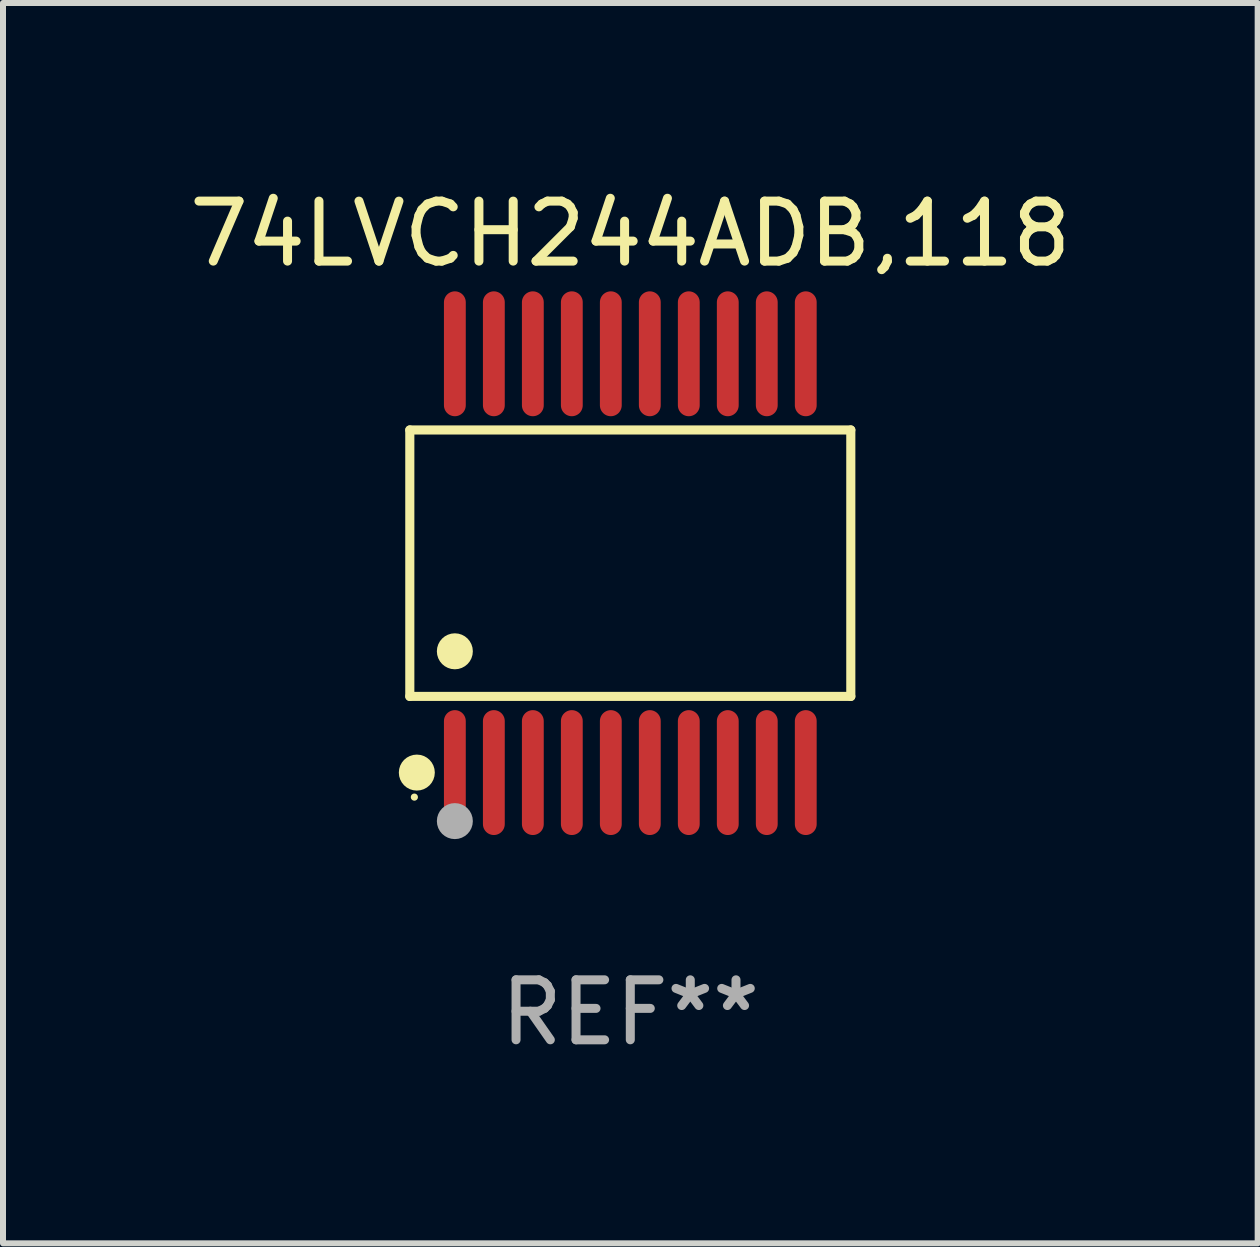
<source format=kicad_pcb>
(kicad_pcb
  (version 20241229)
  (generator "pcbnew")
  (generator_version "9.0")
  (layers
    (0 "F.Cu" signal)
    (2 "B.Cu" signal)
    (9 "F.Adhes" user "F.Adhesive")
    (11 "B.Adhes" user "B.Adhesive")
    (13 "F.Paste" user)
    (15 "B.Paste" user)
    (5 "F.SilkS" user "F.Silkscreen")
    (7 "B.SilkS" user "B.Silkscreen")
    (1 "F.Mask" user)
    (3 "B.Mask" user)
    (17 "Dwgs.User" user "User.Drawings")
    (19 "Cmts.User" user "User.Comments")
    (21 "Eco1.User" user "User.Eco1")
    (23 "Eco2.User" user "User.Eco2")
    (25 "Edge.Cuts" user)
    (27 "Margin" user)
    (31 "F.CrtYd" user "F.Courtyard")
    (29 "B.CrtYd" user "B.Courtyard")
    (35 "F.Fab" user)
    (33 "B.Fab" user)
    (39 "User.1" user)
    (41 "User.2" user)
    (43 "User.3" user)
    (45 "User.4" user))
  (footprint "74LVCH244ADB,118"
    (layer "F.Cu")
    (at 7.458 6.339)
    (property "Reference" "74LVCH244ADB,118" (at 0 -5.491 0) (layer "F.SilkS") (effects (font (size 1 1) (thickness 0.15))))
    (attr through_hole)
    (fp_line (start -3.676 -2.221) (end 3.676 -2.221) (stroke (width 0.152) (type solid)) (layer "F.SilkS"))
    (fp_line (start -3.676 2.221) (end -3.676 -2.221) (stroke (width 0.152) (type solid)) (layer "F.SilkS"))
    (fp_line (start 3.676 -2.221) (end 3.676 2.221) (stroke (width 0.152) (type solid)) (layer "F.SilkS"))
    (fp_line (start 3.676 2.221) (end -3.676 2.221) (stroke (width 0.152) (type solid)) (layer "F.SilkS"))
    (fp_circle (center -3.6 3.9) (end -3.57 3.9) (stroke (width 0.06) (type solid)) (fill no) (layer "F.SilkS"))
    (fp_circle (center -3.559 3.491) (end -3.409 3.491) (stroke (width 0.3) (type solid)) (fill no) (layer "F.SilkS"))
    (fp_circle (center -2.925 1.469) (end -2.775 1.469) (stroke (width 0.3) (type solid)) (fill no) (layer "F.SilkS"))
    (fp_circle (center -2.925 4.3) (end -2.775 4.3) (stroke (width 0.3) (type solid)) (fill no) (layer "F.Fab"))
    (fp_text user "REF**" (at 0 7.491 0) (layer "F.Fab") (effects (font (size 1 1) (thickness 0.15))))
    (pad "1" smd oval (at -2.925 3.491) (size 0.364 2.082) (layers "F.Cu" "F.Mask" "F.Paste"))
    (pad "2" smd oval (at -2.275 3.491) (size 0.364 2.082) (layers "F.Cu" "F.Mask" "F.Paste"))
    (pad "3" smd oval (at -1.625 3.491) (size 0.364 2.082) (layers "F.Cu" "F.Mask" "F.Paste"))
    (pad "4" smd oval (at -0.975 3.491) (size 0.364 2.082) (layers "F.Cu" "F.Mask" "F.Paste"))
    (pad "5" smd oval (at -0.325 3.491) (size 0.364 2.082) (layers "F.Cu" "F.Mask" "F.Paste"))
    (pad "6" smd oval (at 0.325 3.491) (size 0.364 2.082) (layers "F.Cu" "F.Mask" "F.Paste"))
    (pad "7" smd oval (at 0.975 3.491) (size 0.364 2.082) (layers "F.Cu" "F.Mask" "F.Paste"))
    (pad "8" smd oval (at 1.625 3.491) (size 0.364 2.082) (layers "F.Cu" "F.Mask" "F.Paste"))
    (pad "9" smd oval (at 2.275 3.491) (size 0.364 2.082) (layers "F.Cu" "F.Mask" "F.Paste"))
    (pad "10" smd oval (at 2.925 3.491) (size 0.364 2.082) (layers "F.Cu" "F.Mask" "F.Paste"))
    (pad "11" smd oval (at 2.925 -3.491) (size 0.364 2.082) (layers "F.Cu" "F.Mask" "F.Paste"))
    (pad "12" smd oval (at 2.275 -3.491) (size 0.364 2.082) (layers "F.Cu" "F.Mask" "F.Paste"))
    (pad "13" smd oval (at 1.625 -3.491) (size 0.364 2.082) (layers "F.Cu" "F.Mask" "F.Paste"))
    (pad "14" smd oval (at 0.975 -3.491) (size 0.364 2.082) (layers "F.Cu" "F.Mask" "F.Paste"))
    (pad "15" smd oval (at 0.325 -3.491) (size 0.364 2.082) (layers "F.Cu" "F.Mask" "F.Paste"))
    (pad "16" smd oval (at -0.325 -3.491) (size 0.364 2.082) (layers "F.Cu" "F.Mask" "F.Paste"))
    (pad "17" smd oval (at -0.975 -3.491) (size 0.364 2.082) (layers "F.Cu" "F.Mask" "F.Paste"))
    (pad "18" smd oval (at -1.625 -3.491) (size 0.364 2.082) (layers "F.Cu" "F.Mask" "F.Paste"))
    (pad "19" smd oval (at -2.275 -3.491) (size 0.364 2.082) (layers "F.Cu" "F.Mask" "F.Paste"))
    (pad "20" smd oval (at -2.925 -3.491) (size 0.364 2.082) (layers "F.Cu" "F.Mask" "F.Paste")))
  (gr_rect
    (start -3 -3)
    (end 17.917 17.678)
    (stroke (width 0.1) (type default))
    (fill no)
    (layer "Edge.Cuts")))
</source>
